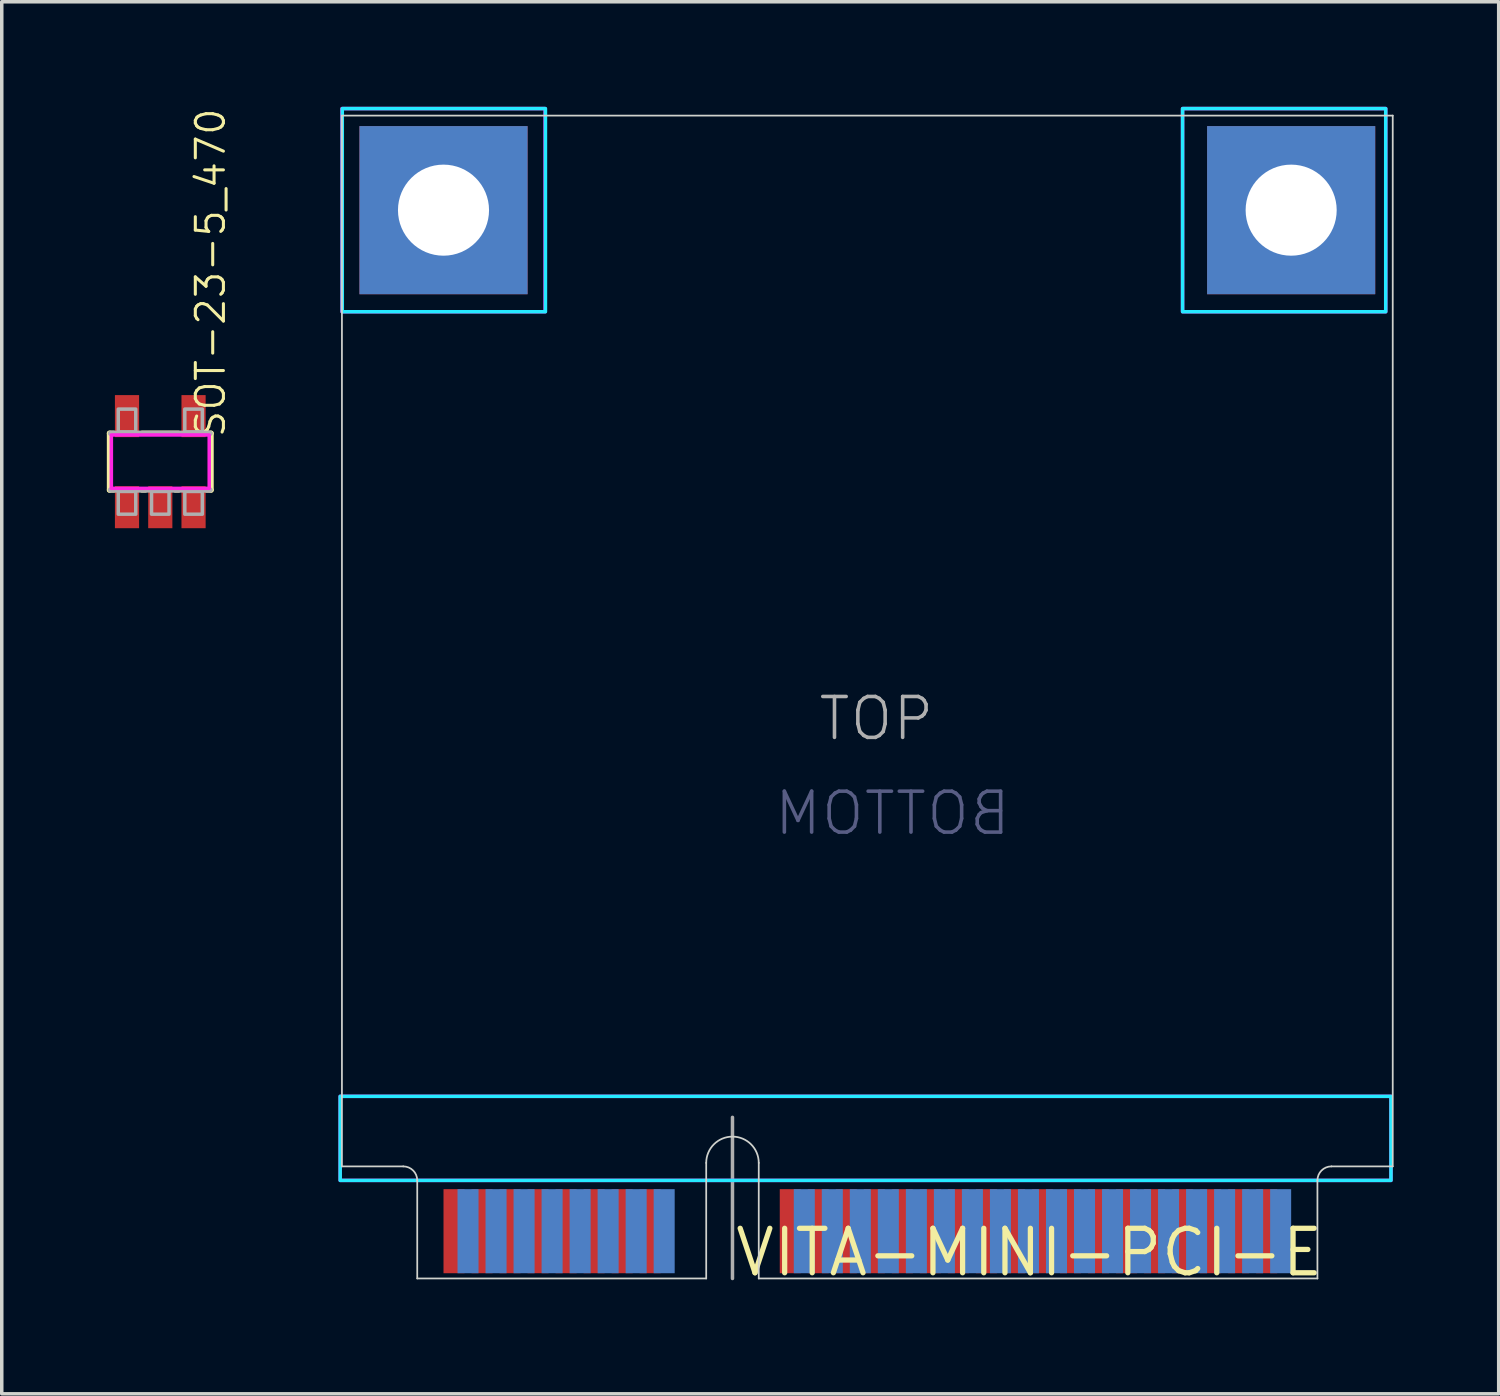
<source format=kicad_pcb>
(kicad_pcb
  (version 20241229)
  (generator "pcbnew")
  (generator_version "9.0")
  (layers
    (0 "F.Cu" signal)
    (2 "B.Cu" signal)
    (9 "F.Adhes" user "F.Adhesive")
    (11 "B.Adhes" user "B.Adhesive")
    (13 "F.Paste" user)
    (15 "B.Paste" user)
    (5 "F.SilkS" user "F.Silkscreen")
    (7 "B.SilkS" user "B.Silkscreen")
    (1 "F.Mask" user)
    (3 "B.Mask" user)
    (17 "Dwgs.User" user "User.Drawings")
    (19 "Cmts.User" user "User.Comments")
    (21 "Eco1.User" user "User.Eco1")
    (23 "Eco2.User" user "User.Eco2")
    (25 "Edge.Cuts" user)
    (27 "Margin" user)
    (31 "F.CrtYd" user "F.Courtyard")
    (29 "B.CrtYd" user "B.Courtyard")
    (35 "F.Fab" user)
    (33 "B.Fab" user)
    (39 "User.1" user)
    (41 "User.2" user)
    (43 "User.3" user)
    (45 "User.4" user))
  (footprint "SOT-23-5_470"
    (layer "F.Cu")
    (at 1.526 10.13)
    (property "Reference" "SOT-23-5_470" (at 1.905 -0.635 90) (unlocked yes) (layer "F.SilkS") (effects (font (size 0.802 0.802) (thickness 0.087)) (justify left bottom)))
    (fp_line (start -1.45 -0.81) (end -1.328 -0.81) (stroke (width 0.152) (type solid)) (layer "F.SilkS"))
    (fp_line (start -1.45 0.81) (end -1.45 -0.81) (stroke (width 0.152) (type solid)) (layer "F.SilkS"))
    (fp_line (start -1.328 0.81) (end -1.45 0.81) (stroke (width 0.152) (type solid)) (layer "F.SilkS"))
    (fp_line (start -0.522 -0.81) (end 0.522 -0.81) (stroke (width 0.152) (type solid)) (layer "F.SilkS"))
    (fp_line (start -0.428 0.81) (end -0.522 0.81) (stroke (width 0.152) (type solid)) (layer "F.SilkS"))
    (fp_line (start 0.522 0.81) (end 0.428 0.81) (stroke (width 0.152) (type solid)) (layer "F.SilkS"))
    (fp_line (start 1.328 -0.81) (end 1.45 -0.81) (stroke (width 0.152) (type solid)) (layer "F.SilkS"))
    (fp_line (start 1.45 -0.81) (end 1.45 0.81) (stroke (width 0.152) (type solid)) (layer "F.SilkS"))
    (fp_line (start 1.45 0.81) (end 1.328 0.81) (stroke (width 0.152) (type solid)) (layer "F.SilkS"))
    (fp_poly (pts (xy -1.397 0.762) (xy 1.397 0.762) (xy 1.397 -0.762) (xy -1.397 -0.762)) (stroke (width 0.1) (type default)) (fill no) (layer "F.CrtYd"))
    (fp_line (start -1.422 -0.81) (end 1.422 -0.81) (stroke (width 0.152) (type solid)) (layer "F.Fab"))
    (fp_line (start 1.422 0.81) (end -1.422 0.81) (stroke (width 0.152) (type solid)) (layer "F.Fab"))
    (fp_poly (pts (xy -1.2 -0.85) (xy -0.7 -0.85) (xy -0.7 -1.5) (xy -1.2 -1.5)) (stroke (width 0.1) (type default)) (fill no) (layer "F.Fab"))
    (fp_poly (pts (xy -1.2 1.5) (xy -0.7 1.5) (xy -0.7 0.85) (xy -1.2 0.85)) (stroke (width 0.1) (type default)) (fill no) (layer "F.Fab"))
    (fp_poly (pts (xy -0.25 1.5) (xy 0.25 1.5) (xy 0.25 0.85) (xy -0.25 0.85)) (stroke (width 0.1) (type default)) (fill no) (layer "F.Fab"))
    (fp_poly (pts (xy 0.7 -0.85) (xy 1.2 -0.85) (xy 1.2 -1.5) (xy 0.7 -1.5)) (stroke (width 0.1) (type default)) (fill no) (layer "F.Fab"))
    (fp_poly (pts (xy 0.7 1.5) (xy 1.2 1.5) (xy 1.2 0.85) (xy 0.7 0.85)) (stroke (width 0.1) (type default)) (fill no) (layer "F.Fab"))
    (pad "1" smd rect (at -0.95 1.3 180) (size 0.69 1.2) (layers "F.Cu" "F.Mask" "F.Paste"))
    (pad "2" smd rect (at 0 1.3 180) (size 0.69 1.2) (layers "F.Cu" "F.Mask" "F.Paste"))
    (pad "3" smd rect (at 0.95 1.3 180) (size 0.69 1.2) (layers "F.Cu" "F.Mask" "F.Paste"))
    (pad "4" smd rect (at 0.95 -1.3 180) (size 0.69 1.2) (layers "F.Cu" "F.Mask" "F.Paste"))
    (pad "5" smd rect (at -0.95 -1.3 180) (size 0.69 1.2) (layers "F.Cu" "F.Mask" "F.Paste")))
  (footprint "VITA-MINI-PCI-E"
    (layer "F.Cu")
    (at 17.862 33.45)
    (property "Reference" "VITA-MINI-PCI-E" (at 0 0 0) (layer "F.SilkS") (effects (font (size 1.27 1.27) (thickness 0.15)) (justify left bottom)))
    (fp_line (start -11.15 -33.2) (end 18.85 -33.2) (stroke (width 0.05) (type solid)) (layer "Edge.Cuts"))
    (fp_line (start -11.15 -3.2) (end -11.15 -33.2) (stroke (width 0.05) (type solid)) (layer "Edge.Cuts"))
    (fp_line (start -11.15 -3.2) (end -9.4 -3.2) (stroke (width 0.05) (type solid)) (layer "Edge.Cuts"))
    (fp_line (start -9 0) (end -9 -2.8) (stroke (width 0.05) (type solid)) (layer "Edge.Cuts"))
    (fp_line (start -0.75 0) (end -9 0) (stroke (width 0.05) (type solid)) (layer "Edge.Cuts"))
    (fp_line (start -0.75 0) (end -0.75 -3.3) (stroke (width 0.05) (type solid)) (layer "Edge.Cuts"))
    (fp_line (start 0.75 0) (end 0.75 -3.3) (stroke (width 0.05) (type solid)) (layer "Edge.Cuts"))
    (fp_line (start 0.75 0) (end 16.7 0) (stroke (width 0.05) (type solid)) (layer "Edge.Cuts"))
    (fp_line (start 16.7 0) (end 16.7 -2.8) (stroke (width 0.05) (type solid)) (layer "Edge.Cuts"))
    (fp_line (start 18.85 -3.2) (end 17.1 -3.2) (stroke (width 0.05) (type solid)) (layer "Edge.Cuts"))
    (fp_line (start 18.85 -3.2) (end 18.85 -33.2) (stroke (width 0.05) (type solid)) (layer "Edge.Cuts"))
    (fp_arc (start -9.4 -3.2) (mid -9.117157 -3.082843) (end -9 -2.8) (stroke (width 0.05) (type solid)) (layer "Edge.Cuts"))
    (fp_arc (start -0.75 -3.3) (mid 0 -4.05) (end 0.75 -3.3) (stroke (width 0.05) (type solid)) (layer "Edge.Cuts"))
    (fp_arc (start 16.7 -2.8) (mid 16.817157 -3.082843) (end 17.1 -3.2) (stroke (width 0.05) (type solid)) (layer "Edge.Cuts"))
    (fp_poly (pts (xy -5.34 -33.4) (xy -11.14 -33.4) (xy -11.14 -27.6) (xy -5.34 -27.6)) (stroke (width 0.1) (type default)) (fill no) (layer "B.CrtYd"))
    (fp_poly (pts (xy 18.65 -33.4) (xy 12.85 -33.4) (xy 12.85 -27.6) (xy 18.65 -27.6)) (stroke (width 0.1) (type default)) (fill no) (layer "B.CrtYd"))
    (fp_poly (pts (xy 18.8 -5.2) (xy -11.2 -5.2) (xy -11.2 -2.8) (xy 18.8 -2.8)) (stroke (width 0.1) (type default)) (fill no) (layer "B.CrtYd"))
    (fp_poly (pts (xy -11.2 -2.8) (xy 18.8 -2.8) (xy 18.8 -5.2) (xy -11.2 -5.2)) (stroke (width 0.1) (type default)) (fill no) (layer "F.CrtYd"))
    (fp_poly (pts (xy -11.15 -27.6) (xy -5.35 -27.6) (xy -5.35 -33.4) (xy -11.15 -33.4)) (stroke (width 0.1) (type default)) (fill no) (layer "F.CrtYd"))
    (fp_poly (pts (xy 12.85 -27.6) (xy 18.65 -27.6) (xy 18.65 -33.4) (xy 12.85 -33.4)) (stroke (width 0.1) (type default)) (fill no) (layer "F.CrtYd"))
    (fp_line (start 0 0) (end 0 -4.6) (stroke (width 0.1) (type solid)) (layer "F.Fab"))
    (fp_text user "BOTTOM" (at 8 -12.596 0) (unlocked yes) (layer "B.Fab") (effects (font (size 1.168 1.168) (thickness 0.102)) (justify left bottom mirror)))
    (fp_text user "TOP" (at 2.4 -15.3 0) (unlocked yes) (layer "F.Fab") (effects (font (size 1.168 1.168) (thickness 0.102)) (justify left bottom)))
    (pad "1" smd rect (at -7.95 -1.35) (size 0.6 2.4) (layers "F.Cu" "F.Mask" "F.Paste"))
    (pad "2" smd rect (at -7.55 -1.35 180) (size 0.6 2.4) (layers "B.Cu" "B.Mask" "B.Paste"))
    (pad "3" smd rect (at -7.15 -1.35) (size 0.6 2.4) (layers "F.Cu" "F.Mask" "F.Paste"))
    (pad "4" smd rect (at -6.75 -1.35 180) (size 0.6 2.4) (layers "B.Cu" "B.Mask" "B.Paste"))
    (pad "5" smd rect (at -6.35 -1.35) (size 0.6 2.4) (layers "F.Cu" "F.Mask" "F.Paste"))
    (pad "6" smd rect (at -5.95 -1.35 180) (size 0.6 2.4) (layers "B.Cu" "B.Mask" "B.Paste"))
    (pad "7" smd rect (at -5.55 -1.35) (size 0.6 2.4) (layers "F.Cu" "F.Mask" "F.Paste"))
    (pad "8" smd rect (at -5.15 -1.35 180) (size 0.6 2.4) (layers "B.Cu" "B.Mask" "B.Paste"))
    (pad "9" smd rect (at -4.75 -1.35) (size 0.6 2.4) (layers "F.Cu" "F.Mask" "F.Paste"))
    (pad "10" smd rect (at -4.35 -1.35 180) (size 0.6 2.4) (layers "B.Cu" "B.Mask" "B.Paste"))
    (pad "11" smd rect (at -3.95 -1.35) (size 0.6 2.4) (layers "F.Cu" "F.Mask" "F.Paste"))
    (pad "12" smd rect (at -3.55 -1.35 180) (size 0.6 2.4) (layers "B.Cu" "B.Mask" "B.Paste"))
    (pad "13" smd rect (at -3.15 -1.35) (size 0.6 2.4) (layers "F.Cu" "F.Mask" "F.Paste"))
    (pad "14" smd rect (at -2.75 -1.35 180) (size 0.6 2.4) (layers "B.Cu" "B.Mask" "B.Paste"))
    (pad "15" smd rect (at -2.35 -1.35) (size 0.6 2.4) (layers "F.Cu" "F.Mask" "F.Paste"))
    (pad "16" smd rect (at -1.95 -1.35 180) (size 0.6 2.4) (layers "B.Cu" "B.Mask" "B.Paste"))
    (pad "17" smd rect (at 1.65 -1.35) (size 0.6 2.4) (layers "F.Cu" "F.Mask" "F.Paste"))
    (pad "18" smd rect (at 2.05 -1.35 180) (size 0.6 2.4) (layers "B.Cu" "B.Mask" "B.Paste"))
    (pad "19" smd rect (at 2.45 -1.35) (size 0.6 2.4) (layers "F.Cu" "F.Mask" "F.Paste"))
    (pad "20" smd rect (at 2.85 -1.35 180) (size 0.6 2.4) (layers "B.Cu" "B.Mask" "B.Paste"))
    (pad "21" smd rect (at 3.25 -1.35) (size 0.6 2.4) (layers "F.Cu" "F.Mask" "F.Paste"))
    (pad "22" smd rect (at 3.65 -1.35 180) (size 0.6 2.4) (layers "B.Cu" "B.Mask" "B.Paste"))
    (pad "23" smd rect (at 4.05 -1.35) (size 0.6 2.4) (layers "F.Cu" "F.Mask" "F.Paste"))
    (pad "24" smd rect (at 4.45 -1.35 180) (size 0.6 2.4) (layers "B.Cu" "B.Mask" "B.Paste"))
    (pad "25" smd rect (at 4.85 -1.35) (size 0.6 2.4) (layers "F.Cu" "F.Mask" "F.Paste"))
    (pad "26" smd rect (at 5.25 -1.35 180) (size 0.6 2.4) (layers "B.Cu" "B.Mask" "B.Paste"))
    (pad "27" smd rect (at 5.65 -1.35) (size 0.6 2.4) (layers "F.Cu" "F.Mask" "F.Paste"))
    (pad "28" smd rect (at 6.05 -1.35 180) (size 0.6 2.4) (layers "B.Cu" "B.Mask" "B.Paste"))
    (pad "29" smd rect (at 6.45 -1.35) (size 0.6 2.4) (layers "F.Cu" "F.Mask" "F.Paste"))
    (pad "30" smd rect (at 6.85 -1.35 180) (size 0.6 2.4) (layers "B.Cu" "B.Mask" "B.Paste"))
    (pad "31" smd rect (at 7.25 -1.35) (size 0.6 2.4) (layers "F.Cu" "F.Mask" "F.Paste"))
    (pad "32" smd rect (at 7.65 -1.35 180) (size 0.6 2.4) (layers "B.Cu" "B.Mask" "B.Paste"))
    (pad "33" smd rect (at 8.05 -1.35) (size 0.6 2.4) (layers "F.Cu" "F.Mask" "F.Paste"))
    (pad "34" smd rect (at 8.45 -1.35 180) (size 0.6 2.4) (layers "B.Cu" "B.Mask" "B.Paste"))
    (pad "35" smd rect (at 8.85 -1.35) (size 0.6 2.4) (layers "F.Cu" "F.Mask" "F.Paste"))
    (pad "36" smd rect (at 9.25 -1.35 180) (size 0.6 2.4) (layers "B.Cu" "B.Mask" "B.Paste"))
    (pad "37" smd rect (at 9.65 -1.35) (size 0.6 2.4) (layers "F.Cu" "F.Mask" "F.Paste"))
    (pad "38" smd rect (at 10.05 -1.35 180) (size 0.6 2.4) (layers "B.Cu" "B.Mask" "B.Paste"))
    (pad "39" smd rect (at 10.45 -1.35) (size 0.6 2.4) (layers "F.Cu" "F.Mask" "F.Paste"))
    (pad "40" smd rect (at 10.85 -1.35 180) (size 0.6 2.4) (layers "B.Cu" "B.Mask" "B.Paste"))
    (pad "41" smd rect (at 11.25 -1.35) (size 0.6 2.4) (layers "F.Cu" "F.Mask" "F.Paste"))
    (pad "42" smd rect (at 11.65 -1.35 180) (size 0.6 2.4) (layers "B.Cu" "B.Mask" "B.Paste"))
    (pad "43" smd rect (at 12.05 -1.35) (size 0.6 2.4) (layers "F.Cu" "F.Mask" "F.Paste"))
    (pad "44" smd rect (at 12.45 -1.35 180) (size 0.6 2.4) (layers "B.Cu" "B.Mask" "B.Paste"))
    (pad "45" smd rect (at 12.85 -1.35) (size 0.6 2.4) (layers "F.Cu" "F.Mask" "F.Paste"))
    (pad "46" smd rect (at 13.25 -1.35 180) (size 0.6 2.4) (layers "B.Cu" "B.Mask" "B.Paste"))
    (pad "47" smd rect (at 13.65 -1.35) (size 0.6 2.4) (layers "F.Cu" "F.Mask" "F.Paste"))
    (pad "48" smd rect (at 14.05 -1.35 180) (size 0.6 2.4) (layers "B.Cu" "B.Mask" "B.Paste"))
    (pad "49" smd rect (at 14.45 -1.35) (size 0.6 2.4) (layers "F.Cu" "F.Mask" "F.Paste"))
    (pad "50" smd rect (at 14.85 -1.35 180) (size 0.6 2.4) (layers "B.Cu" "B.Mask" "B.Paste"))
    (pad "51" smd rect (at 15.25 -1.35) (size 0.6 2.4) (layers "F.Cu" "F.Mask" "F.Paste"))
    (pad "52" smd rect (at 15.65 -1.35 180) (size 0.6 2.4) (layers "B.Cu" "B.Mask" "B.Paste"))
    (pad "GND@1" thru_hole rect (at -8.25 -30.5) (size 4.8 4.8) (drill 2.6) (layers "*.Cu" "*.Mask"))
    (pad "GND@2" thru_hole rect (at 15.95 -30.5) (size 4.8 4.8) (drill 2.6) (layers "*.Cu" "*.Mask")))
  (gr_rect
    (start -3 -3)
    (end 39.737 36.742)
    (stroke (width 0.1) (type default))
    (fill no)
    (layer "Edge.Cuts")))
</source>
